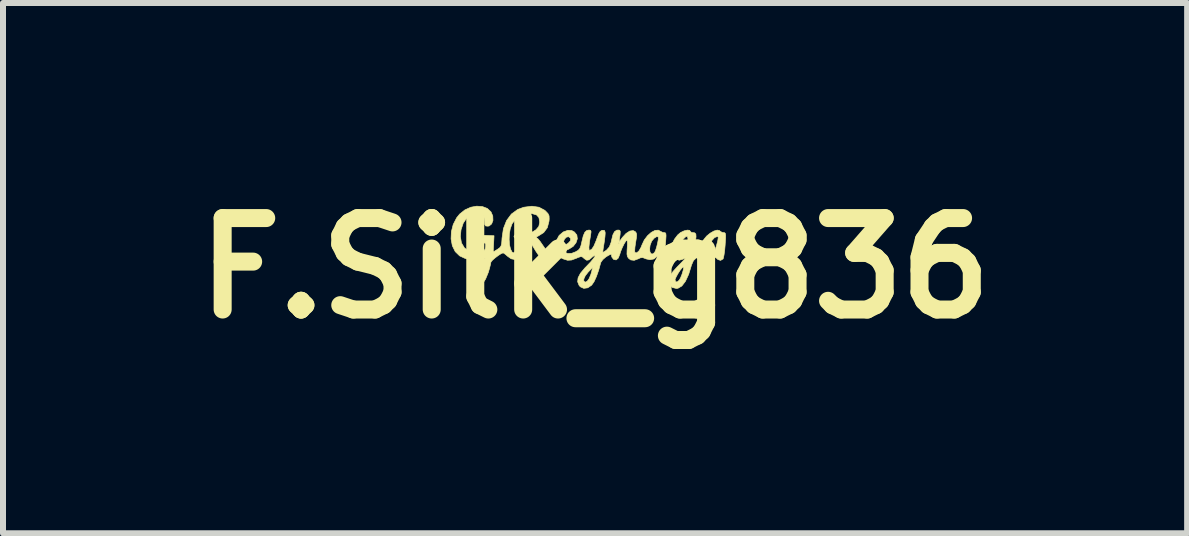
<source format=kicad_pcb>
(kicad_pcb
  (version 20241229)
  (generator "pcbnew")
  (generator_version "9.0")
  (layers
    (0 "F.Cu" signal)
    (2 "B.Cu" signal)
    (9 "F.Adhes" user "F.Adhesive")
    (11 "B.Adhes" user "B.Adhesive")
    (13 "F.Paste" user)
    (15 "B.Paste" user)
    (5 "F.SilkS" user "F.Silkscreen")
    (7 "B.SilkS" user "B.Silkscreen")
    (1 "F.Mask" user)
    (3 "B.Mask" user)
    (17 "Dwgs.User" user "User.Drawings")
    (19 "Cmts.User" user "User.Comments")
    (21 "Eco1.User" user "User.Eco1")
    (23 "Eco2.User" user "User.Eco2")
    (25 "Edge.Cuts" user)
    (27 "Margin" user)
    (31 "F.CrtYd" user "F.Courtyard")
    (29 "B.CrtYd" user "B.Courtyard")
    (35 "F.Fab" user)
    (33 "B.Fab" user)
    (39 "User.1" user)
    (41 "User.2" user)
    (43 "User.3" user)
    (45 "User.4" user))
  (footprint "F.Silk_g836"
    (layer "F.Cu")
    (at 6.865 1.418)
    (property "Reference" "F.Silk_g836" (at 0 0 0) (layer "F.SilkS") (effects (font (size 1.524 1.524) (thickness 0.3))))
    (attr through_hole)
    (fp_poly (pts (xy -1.876 -1.026) (xy -1.795 -0.995) (xy -1.734 -0.938) (xy -1.704 -0.869) (xy -1.701 -0.795) (xy -1.723 -0.737) (xy -1.764 -0.703) (xy -1.788 -0.699) (xy -1.823 -0.703) (xy -1.838 -0.726) (xy -1.841 -0.779) (xy -1.841 -0.779) (xy -1.851 -0.852) (xy -1.883 -0.894) (xy -1.946 -0.909) (xy -1.972 -0.91) (xy -2.062 -0.891) (xy -2.138 -0.835) (xy -2.196 -0.75) (xy -2.233 -0.64) (xy -2.244 -0.527) (xy -2.226 -0.42) (xy -2.176 -0.337) (xy -2.099 -0.282) (xy -2.002 -0.26) (xy -1.908 -0.269) (xy -1.855 -0.287) (xy -1.832 -0.315) (xy -1.824 -0.355) (xy -1.823 -0.401) (xy -1.84 -0.42) (xy -1.886 -0.423) (xy -1.891 -0.423) (xy -1.95 -0.435) (xy -1.981 -0.465) (xy -1.976 -0.507) (xy -1.966 -0.522) (xy -1.932 -0.54) (xy -1.869 -0.547) (xy -1.812 -0.546) (xy -1.683 -0.54) (xy -1.69 -0.404) (xy -1.697 -0.269) (xy -1.626 -0.313) (xy -1.588 -0.34) (xy -1.567 -0.368) (xy -1.556 -0.41) (xy -1.551 -0.476) (xy -1.431 -0.476) (xy -1.425 -0.389) (xy -1.408 -0.317) (xy -1.383 -0.269) (xy -1.354 -0.254) (xy -1.334 -0.271) (xy -1.326 -0.291) (xy -1.306 -0.373) (xy -1.299 -0.426) (xy -1.307 -0.462) (xy -1.327 -0.491) (xy -1.351 -0.523) (xy -1.345 -0.545) (xy -1.317 -0.568) (xy -1.281 -0.613) (xy -1.258 -0.674) (xy -1.257 -0.677) (xy -1.236 -0.759) (xy -1.208 -0.806) (xy -1.168 -0.824) (xy -1.15 -0.826) (xy -1.119 -0.823) (xy -1.104 -0.81) (xy -1.101 -0.776) (xy -1.107 -0.709) (xy -1.107 -0.709) (xy -1.112 -0.642) (xy -1.109 -0.607) (xy -1.095 -0.594) (xy -1.079 -0.593) (xy -1.037 -0.606) (xy -0.987 -0.638) (xy -0.981 -0.643) (xy -0.937 -0.695) (xy -0.923 -0.761) (xy -0.923 -0.772) (xy -0.935 -0.842) (xy -0.974 -0.886) (xy -1.044 -0.907) (xy -1.102 -0.91) (xy -1.214 -0.891) (xy -1.308 -0.834) (xy -1.38 -0.743) (xy -1.386 -0.73) (xy -1.413 -0.655) (xy -1.428 -0.568) (xy -1.431 -0.476) (xy -1.551 -0.476) (xy -1.551 -0.479) (xy -1.55 -0.499) (xy -1.527 -0.658) (xy -1.474 -0.793) (xy -1.394 -0.901) (xy -1.288 -0.978) (xy -1.188 -1.015) (xy -1.052 -1.032) (xy -0.934 -1.015) (xy -0.838 -0.964) (xy -0.824 -0.951) (xy -0.784 -0.909) (xy -0.766 -0.871) (xy -0.764 -0.819) (xy -0.767 -0.782) (xy -0.795 -0.674) (xy -0.856 -0.592) (xy -0.942 -0.538) (xy -0.977 -0.519) (xy -0.982 -0.509) (xy -0.979 -0.509) (xy -0.954 -0.492) (xy -0.917 -0.448) (xy -0.877 -0.39) (xy -0.825 -0.315) (xy -0.785 -0.273) (xy -0.749 -0.259) (xy -0.71 -0.269) (xy -0.702 -0.273) (xy -0.669 -0.311) (xy -0.66 -0.367) (xy -0.651 -0.419) (xy -0.529 -0.419) (xy -0.522 -0.387) (xy -0.496 -0.386) (xy -0.449 -0.414) (xy -0.411 -0.455) (xy -0.406 -0.495) (xy -0.437 -0.523) (xy -0.437 -0.523) (xy -0.475 -0.518) (xy -0.509 -0.484) (xy -0.528 -0.434) (xy -0.529 -0.419) (xy -0.651 -0.419) (xy -0.643 -0.462) (xy -0.598 -0.545) (xy -0.531 -0.602) (xy -0.53 -0.603) (xy -0.452 -0.631) (xy -0.387 -0.626) (xy -0.343 -0.602) (xy -0.303 -0.552) (xy -0.295 -0.489) (xy -0.317 -0.423) (xy -0.364 -0.363) (xy -0.433 -0.319) (xy -0.447 -0.313) (xy -0.496 -0.29) (xy -0.503 -0.268) (xy -0.468 -0.249) (xy -0.455 -0.245) (xy -0.389 -0.247) (xy -0.324 -0.272) (xy -0.28 -0.298) (xy -0.253 -0.329) (xy -0.234 -0.378) (xy -0.219 -0.444) (xy -0.196 -0.539) (xy -0.17 -0.598) (xy -0.137 -0.628) (xy -0.1 -0.635) (xy -0.074 -0.63) (xy -0.066 -0.607) (xy -0.073 -0.556) (xy -0.093 -0.433) (xy -0.102 -0.349) (xy -0.099 -0.305) (xy -0.09 -0.296) (xy -0.056 -0.314) (xy -0.02 -0.367) (xy 0.019 -0.459) (xy 0.031 -0.493) (xy 0.06 -0.569) (xy 0.086 -0.612) (xy 0.115 -0.63) (xy 0.123 -0.631) (xy 0.156 -0.629) (xy 0.168 -0.601) (xy 0.169 -0.577) (xy 0.165 -0.522) (xy 0.155 -0.445) (xy 0.147 -0.393) (xy 0.136 -0.327) (xy 0.13 -0.28) (xy 0.131 -0.264) (xy 0.15 -0.272) (xy 0.188 -0.298) (xy 0.195 -0.304) (xy 0.239 -0.354) (xy 0.261 -0.413) (xy 0.381 -0.413) (xy 0.392 -0.402) (xy 0.402 -0.413) (xy 0.392 -0.423) (xy 0.381 -0.413) (xy 0.261 -0.413) (xy 0.267 -0.428) (xy 0.275 -0.464) (xy 0.297 -0.554) (xy 0.324 -0.607) (xy 0.36 -0.632) (xy 0.386 -0.635) (xy 0.411 -0.631) (xy 0.42 -0.611) (xy 0.418 -0.565) (xy 0.414 -0.534) (xy 0.4 -0.434) (xy 0.456 -0.512) (xy 0.517 -0.578) (xy 0.579 -0.618) (xy 0.635 -0.626) (xy 0.67 -0.609) (xy 0.687 -0.586) (xy 0.693 -0.555) (xy 0.689 -0.504) (xy 0.676 -0.425) (xy 0.665 -0.35) (xy 0.661 -0.291) (xy 0.664 -0.261) (xy 0.664 -0.26) (xy 0.694 -0.255) (xy 0.729 -0.284) (xy 0.75 -0.318) (xy 0.91 -0.318) (xy 0.916 -0.269) (xy 0.935 -0.239) (xy 0.963 -0.237) (xy 0.992 -0.261) (xy 1.008 -0.294) (xy 1.026 -0.35) (xy 1.042 -0.415) (xy 1.053 -0.474) (xy 1.055 -0.513) (xy 1.053 -0.521) (xy 1.024 -0.524) (xy 0.985 -0.499) (xy 0.949 -0.456) (xy 0.941 -0.443) (xy 0.917 -0.379) (xy 0.91 -0.318) (xy 0.75 -0.318) (xy 0.763 -0.34) (xy 0.782 -0.387) (xy 0.821 -0.47) (xy 0.875 -0.541) (xy 0.937 -0.596) (xy 1 -0.629) (xy 1.055 -0.633) (xy 1.086 -0.616) (xy 1.126 -0.596) (xy 1.149 -0.593) (xy 1.169 -0.59) (xy 1.18 -0.575) (xy 1.183 -0.539) (xy 1.179 -0.475) (xy 1.175 -0.423) (xy 1.169 -0.345) (xy 1.169 -0.286) (xy 1.172 -0.256) (xy 1.174 -0.254) (xy 1.22 -0.27) (xy 1.258 -0.306) (xy 1.268 -0.336) (xy 1.404 -0.336) (xy 1.411 -0.278) (xy 1.42 -0.263) (xy 1.452 -0.247) (xy 1.484 -0.268) (xy 1.514 -0.322) (xy 1.538 -0.402) (xy 1.541 -0.418) (xy 1.548 -0.492) (xy 1.539 -0.528) (xy 1.513 -0.525) (xy 1.47 -0.484) (xy 1.464 -0.475) (xy 1.423 -0.406) (xy 1.404 -0.336) (xy 1.268 -0.336) (xy 1.27 -0.34) (xy 1.285 -0.407) (xy 1.324 -0.483) (xy 1.376 -0.552) (xy 1.424 -0.593) (xy 1.483 -0.621) (xy 1.538 -0.634) (xy 1.576 -0.63) (xy 1.587 -0.614) (xy 1.605 -0.596) (xy 1.629 -0.593) (xy 1.662 -0.588) (xy 1.68 -0.568) (xy 1.683 -0.524) (xy 1.675 -0.45) (xy 1.671 -0.424) (xy 1.661 -0.353) (xy 1.658 -0.301) (xy 1.661 -0.279) (xy 1.684 -0.282) (xy 1.718 -0.311) (xy 1.727 -0.322) (xy 1.905 -0.322) (xy 1.913 -0.262) (xy 1.934 -0.238) (xy 1.962 -0.25) (xy 1.993 -0.294) (xy 2.021 -0.366) (xy 2.045 -0.457) (xy 2.053 -0.512) (xy 2.044 -0.529) (xy 1.992 -0.51) (xy 1.947 -0.46) (xy 1.915 -0.39) (xy 1.905 -0.322) (xy 1.727 -0.322) (xy 1.753 -0.353) (xy 1.781 -0.4) (xy 1.788 -0.423) (xy 1.814 -0.479) (xy 1.86 -0.535) (xy 1.919 -0.583) (xy 1.98 -0.618) (xy 2.035 -0.634) (xy 2.075 -0.626) (xy 2.084 -0.616) (xy 2.115 -0.597) (xy 2.14 -0.593) (xy 2.16 -0.59) (xy 2.171 -0.578) (xy 2.176 -0.548) (xy 2.175 -0.493) (xy 2.169 -0.405) (xy 2.168 -0.386) (xy 2.16 -0.295) (xy 2.149 -0.218) (xy 2.138 -0.167) (xy 2.133 -0.153) (xy 2.092 -0.129) (xy 2.047 -0.143) (xy 2.033 -0.158) (xy 2.009 -0.177) (xy 1.98 -0.17) (xy 1.957 -0.156) (xy 1.894 -0.135) (xy 1.835 -0.151) (xy 1.799 -0.192) (xy 1.783 -0.216) (xy 1.763 -0.219) (xy 1.727 -0.2) (xy 1.703 -0.185) (xy 1.64 -0.126) (xy 1.608 -0.053) (xy 1.56 0.103) (xy 1.506 0.22) (xy 1.446 0.298) (xy 1.383 0.335) (xy 1.356 0.339) (xy 1.287 0.322) (xy 1.246 0.274) (xy 1.234 0.203) (xy 1.235 0.194) (xy 1.333 0.194) (xy 1.344 0.227) (xy 1.37 0.229) (xy 1.401 0.202) (xy 1.424 0.164) (xy 1.449 0.102) (xy 1.467 0.042) (xy 1.476 -0.003) (xy 1.472 -0.021) (xy 1.472 -0.021) (xy 1.45 -0.004) (xy 1.417 0.037) (xy 1.382 0.091) (xy 1.352 0.145) (xy 1.335 0.185) (xy 1.333 0.194) (xy 1.235 0.194) (xy 1.238 0.175) (xy 1.258 0.118) (xy 1.3 0.055) (xy 1.371 -0.023) (xy 1.378 -0.03) (xy 1.435 -0.088) (xy 1.478 -0.133) (xy 1.501 -0.159) (xy 1.503 -0.162) (xy 1.486 -0.159) (xy 1.451 -0.145) (xy 1.403 -0.132) (xy 1.356 -0.149) (xy 1.345 -0.156) (xy 1.305 -0.178) (xy 1.271 -0.178) (xy 1.225 -0.157) (xy 1.177 -0.136) (xy 1.144 -0.138) (xy 1.101 -0.166) (xy 1.099 -0.167) (xy 1.051 -0.194) (xy 1.026 -0.189) (xy 1.026 -0.189) (xy 0.981 -0.153) (xy 0.917 -0.14) (xy 0.85 -0.154) (xy 0.844 -0.157) (xy 0.794 -0.176) (xy 0.753 -0.171) (xy 0.725 -0.157) (xy 0.652 -0.13) (xy 0.595 -0.137) (xy 0.56 -0.163) (xy 0.54 -0.192) (xy 0.532 -0.234) (xy 0.534 -0.302) (xy 0.536 -0.332) (xy 0.54 -0.401) (xy 0.538 -0.449) (xy 0.53 -0.466) (xy 0.511 -0.448) (xy 0.483 -0.402) (xy 0.453 -0.341) (xy 0.426 -0.275) (xy 0.412 -0.228) (xy 0.386 -0.166) (xy 0.351 -0.137) (xy 0.311 -0.145) (xy 0.307 -0.148) (xy 0.28 -0.184) (xy 0.275 -0.204) (xy 0.272 -0.226) (xy 0.256 -0.229) (xy 0.219 -0.21) (xy 0.179 -0.185) (xy 0.129 -0.142) (xy 0.096 -0.095) (xy 0.093 -0.085) (xy 0.061 0.032) (xy 0.023 0.14) (xy -0.017 0.227) (xy -0.056 0.283) (xy -0.057 0.284) (xy -0.122 0.328) (xy -0.188 0.337) (xy -0.245 0.311) (xy -0.266 0.287) (xy -0.29 0.227) (xy -0.285 0.181) (xy -0.187 0.181) (xy -0.187 0.218) (xy -0.16 0.233) (xy -0.159 0.233) (xy -0.129 0.216) (xy -0.099 0.175) (xy -0.071 0.108) (xy -0.055 0.053) (xy -0.041 -0.011) (xy -0.116 0.068) (xy -0.163 0.128) (xy -0.187 0.181) (xy -0.285 0.181) (xy -0.283 0.162) (xy -0.244 0.087) (xy -0.17 -0.002) (xy -0.135 -0.038) (xy -0.075 -0.101) (xy -0.029 -0.156) (xy -0.003 -0.193) (xy 0 -0.202) (xy -0.012 -0.21) (xy -0.045 -0.186) (xy -0.052 -0.179) (xy -0.101 -0.138) (xy -0.138 -0.131) (xy -0.177 -0.157) (xy -0.186 -0.165) (xy -0.213 -0.188) (xy -0.239 -0.192) (xy -0.281 -0.178) (xy -0.308 -0.166) (xy -0.391 -0.135) (xy -0.458 -0.131) (xy -0.528 -0.153) (xy -0.555 -0.166) (xy -0.606 -0.19) (xy -0.636 -0.193) (xy -0.661 -0.176) (xy -0.666 -0.172) (xy -0.717 -0.146) (xy -0.788 -0.139) (xy -0.859 -0.151) (xy -0.908 -0.178) (xy -0.943 -0.218) (xy -0.985 -0.28) (xy -1.015 -0.329) (xy -1.065 -0.412) (xy -1.104 -0.454) (xy -1.132 -0.456) (xy -1.153 -0.419) (xy -1.17 -0.34) (xy -1.173 -0.319) (xy -1.192 -0.227) (xy -1.225 -0.171) (xy -1.275 -0.144) (xy -1.32 -0.14) (xy -1.398 -0.156) (xy -1.456 -0.197) (xy -1.498 -0.233) (xy -1.528 -0.253) (xy -1.532 -0.254) (xy -1.564 -0.242) (xy -1.612 -0.211) (xy -1.665 -0.171) (xy -1.71 -0.132) (xy -1.734 -0.102) (xy -1.736 -0.096) (xy -1.742 -0.063) (xy -1.757 -0.002) (xy -1.778 0.07) (xy -1.823 0.18) (xy -1.877 0.264) (xy -1.938 0.318) (xy -2 0.34) (xy -2.059 0.325) (xy -2.083 0.305) (xy -2.116 0.245) (xy -2.113 0.18) (xy -2.011 0.18) (xy -2.002 0.223) (xy -1.979 0.228) (xy -1.945 0.194) (xy -1.938 0.184) (xy -1.911 0.128) (xy -1.893 0.062) (xy -1.88 -0.011) (xy -1.946 0.059) (xy -1.987 0.115) (xy -2.01 0.168) (xy -2.011 0.18) (xy -2.113 0.18) (xy -2.112 0.17) (xy -2.074 0.084) (xy -2.002 -0.01) (xy -1.921 -0.089) (xy -1.831 -0.167) (xy -1.926 -0.146) (xy -2.042 -0.138) (xy -2.161 -0.16) (xy -2.256 -0.204) (xy -2.33 -0.276) (xy -2.378 -0.373) (xy -2.399 -0.487) (xy -2.394 -0.608) (xy -2.363 -0.728) (xy -2.306 -0.839) (xy -2.256 -0.901) (xy -2.168 -0.971) (xy -2.07 -1.015) (xy -1.971 -1.033) (xy -1.876 -1.026)) (stroke (width 0.01) (type solid)) (fill yes) (layer "F.SilkS")))
  (gr_rect
    (start -3 -3)
    (end 16.731 5.836)
    (stroke (width 0.1) (type default))
    (fill no)
    (layer "Edge.Cuts")))
</source>
